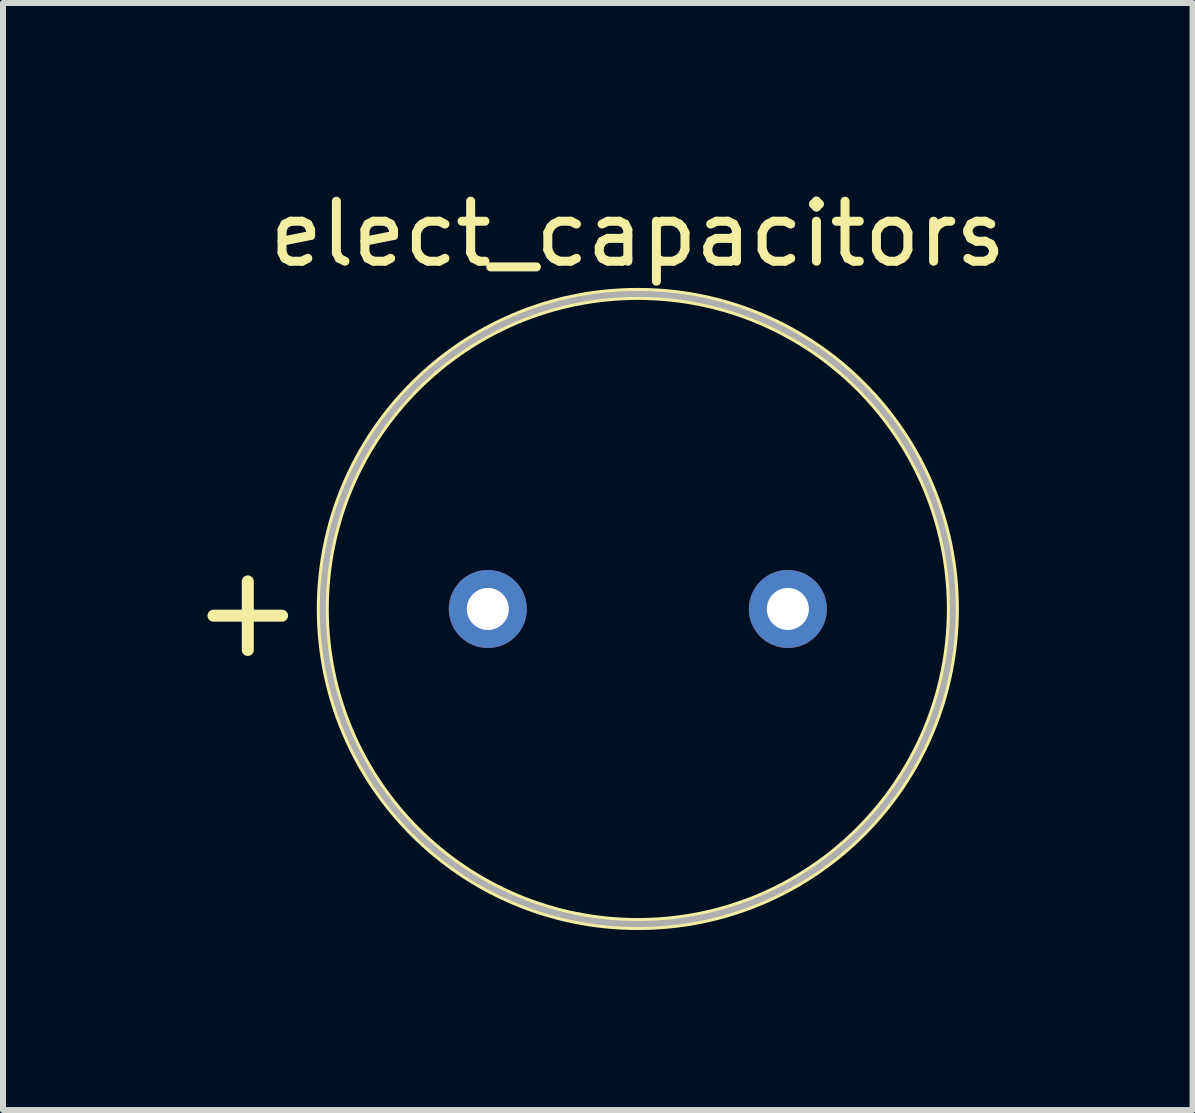
<source format=kicad_pcb>
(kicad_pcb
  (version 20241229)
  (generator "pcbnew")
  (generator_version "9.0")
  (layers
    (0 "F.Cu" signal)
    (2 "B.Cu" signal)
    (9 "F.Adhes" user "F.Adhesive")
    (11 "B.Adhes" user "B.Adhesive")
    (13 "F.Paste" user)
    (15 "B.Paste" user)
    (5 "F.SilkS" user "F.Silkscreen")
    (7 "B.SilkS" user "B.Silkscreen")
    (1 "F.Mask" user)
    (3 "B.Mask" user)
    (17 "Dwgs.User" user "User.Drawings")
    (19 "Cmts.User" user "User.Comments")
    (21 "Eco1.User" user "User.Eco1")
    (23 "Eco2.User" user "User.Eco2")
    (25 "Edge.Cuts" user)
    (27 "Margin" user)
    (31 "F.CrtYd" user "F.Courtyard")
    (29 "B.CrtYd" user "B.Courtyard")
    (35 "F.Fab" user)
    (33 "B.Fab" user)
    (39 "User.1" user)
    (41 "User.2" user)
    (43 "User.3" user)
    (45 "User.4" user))
  (footprint "elect_capacitors"
    (layer "F.Cu")
    (at 7.579 7.098)
    (property "Reference" "elect_capacitors" (at 0 -6.25 0) (layer "F.SilkS") (effects (font (size 1 1) (thickness 0.15))))
    (attr through_hole)
    (fp_circle (center 0 0) (end 5.25 0) (stroke (width 0.2) (type solid)) (fill no) (layer "F.SilkS"))
    (fp_circle (center 0 0) (end 5.25 0) (stroke (width 0.1) (type solid)) (fill no) (layer "F.Fab"))
    (fp_text user "+" (at -6.5 0 0) (layer "F.SilkS") (effects (font (size 1.5 1.5) (thickness 0.2))))
    (pad "1" thru_hole circle (at -2.5 0) (size 1.3 1.3) (drill 0.7) (layers "*.Cu" "*.Mask"))
    (pad "2" thru_hole circle (at 2.5 0) (size 1.3 1.3) (drill 0.7) (layers "*.Cu" "*.Mask")))
  (gr_rect
    (start -3 -3)
    (end 16.823 15.448)
    (stroke (width 0.1) (type default))
    (fill no)
    (layer "Edge.Cuts")))
</source>
